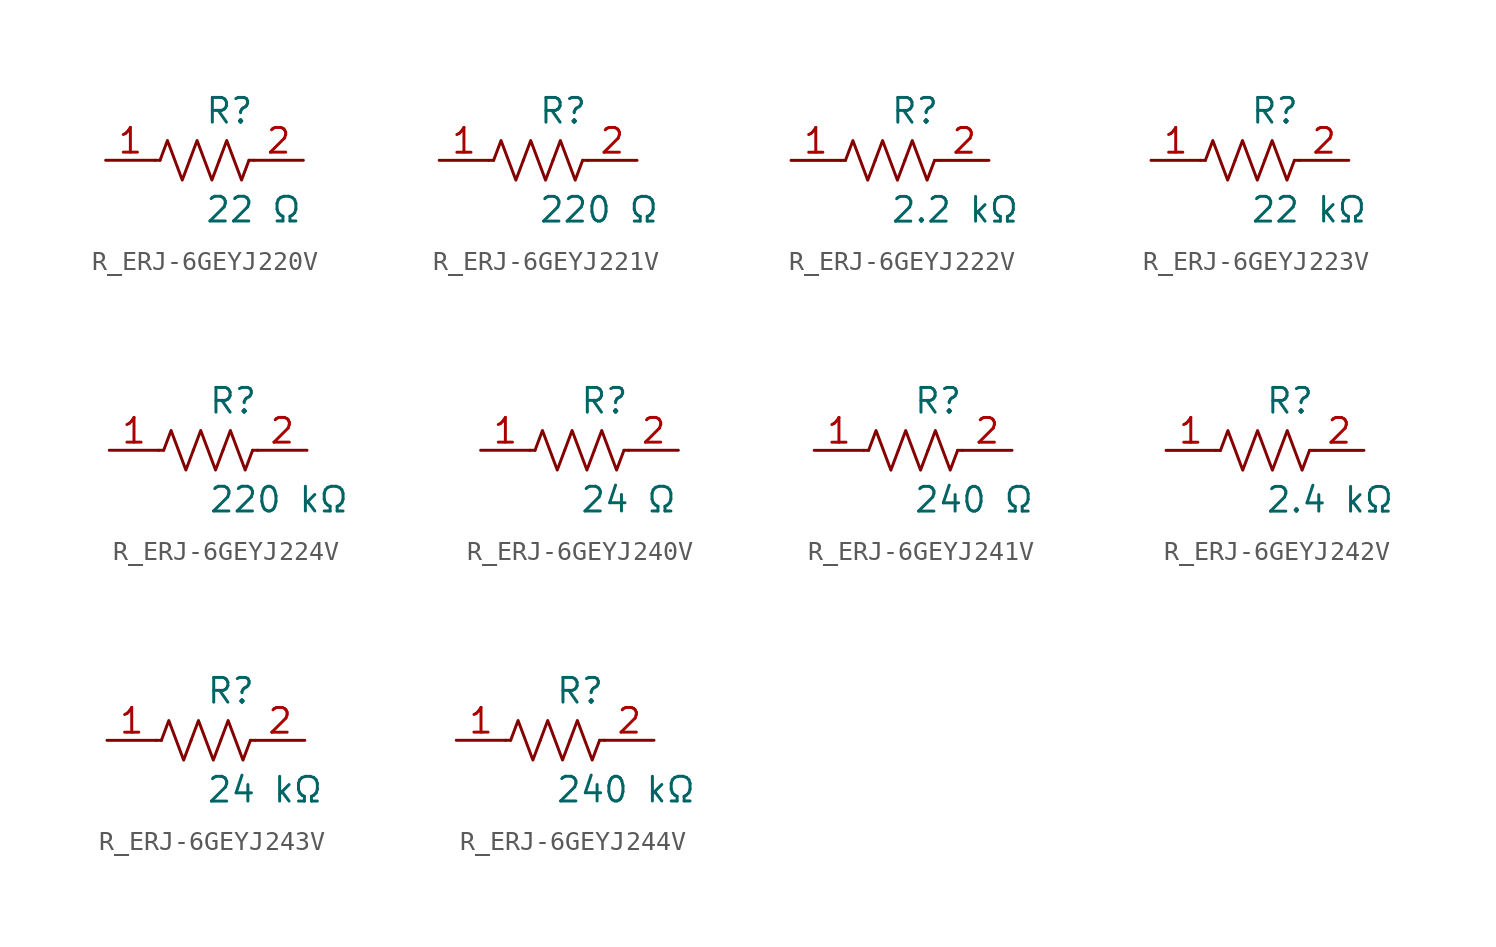
<source format=kicad_sym>
(kicad_symbol_lib
  (version 20231120)
  (generator kicad_symbol_editor)
  (generator_version 8.0)
  (symbol "R_ERJ-6GEYJ220V"
    (pin_names
      (offset 0.254))
    (property "Reference" "R"
      (at 0 2.54 0)
      (effects (font (size 1.27 1.27)) (justify left)))
    (property "Value" "22 Ω"
      (at 0 -2.54 0)
      (effects (font (size 1.27 1.27)) (justify left)))
    (symbol "R_ERJ-6GEYJ220V_0_1"
      (polyline (pts (xy 2.286 0) (xy 2.54 0)) (stroke (width 0) (type default)) (fill (type none)))
      (polyline (pts (xy -2.286 0) (xy -2.54 0)) (stroke (width 0) (type default)) (fill (type none)))
      (polyline (pts (xy 0.762 0) (xy 1.143 1.016) (xy 1.524 0) (xy 1.905 -1.016) (xy 2.286 0)) (stroke (width 0) (type default)) (fill (type none)))
      (polyline (pts (xy -0.762 0) (xy -0.381 1.016) (xy 0 0) (xy 0.381 -1.016) (xy 0.762 0)) (stroke (width 0) (type default)) (fill (type none)))
      (polyline (pts (xy -2.286 0) (xy -1.905 1.016) (xy -1.524 0) (xy -1.143 -1.016) (xy -0.762 0)) (stroke (width 0) (type default)) (fill (type none))))
    (pin passive line
      (at -5.08 0 0)
      (length 2.54)
      (name "" (effects (font (size 1.27 1.27))))
      (number "1" (effects (font (size 1.27 1.27)))))
    (pin passive line
      (at 5.08 0 180)
      (length 2.54)
      (name "" (effects (font (size 1.27 1.27))))
      (number "2" (effects (font (size 1.27 1.27))))))
  (symbol "R_ERJ-6GEYJ221V"
    (pin_names
      (offset 0.254))
    (property "Reference" "R"
      (at 0 2.54 0)
      (effects (font (size 1.27 1.27)) (justify left)))
    (property "Value" "220 Ω"
      (at 0 -2.54 0)
      (effects (font (size 1.27 1.27)) (justify left)))
    (symbol "R_ERJ-6GEYJ221V_0_1"
      (polyline (pts (xy 2.286 0) (xy 2.54 0)) (stroke (width 0) (type default)) (fill (type none)))
      (polyline (pts (xy -2.286 0) (xy -2.54 0)) (stroke (width 0) (type default)) (fill (type none)))
      (polyline (pts (xy 0.762 0) (xy 1.143 1.016) (xy 1.524 0) (xy 1.905 -1.016) (xy 2.286 0)) (stroke (width 0) (type default)) (fill (type none)))
      (polyline (pts (xy -0.762 0) (xy -0.381 1.016) (xy 0 0) (xy 0.381 -1.016) (xy 0.762 0)) (stroke (width 0) (type default)) (fill (type none)))
      (polyline (pts (xy -2.286 0) (xy -1.905 1.016) (xy -1.524 0) (xy -1.143 -1.016) (xy -0.762 0)) (stroke (width 0) (type default)) (fill (type none))))
    (pin passive line
      (at -5.08 0 0)
      (length 2.54)
      (name "" (effects (font (size 1.27 1.27))))
      (number "1" (effects (font (size 1.27 1.27)))))
    (pin passive line
      (at 5.08 0 180)
      (length 2.54)
      (name "" (effects (font (size 1.27 1.27))))
      (number "2" (effects (font (size 1.27 1.27))))))
  (symbol "R_ERJ-6GEYJ222V"
    (pin_names
      (offset 0.254))
    (property "Reference" "R"
      (at 0 2.54 0)
      (effects (font (size 1.27 1.27)) (justify left)))
    (property "Value" "2.2 kΩ"
      (at 0 -2.54 0)
      (effects (font (size 1.27 1.27)) (justify left)))
    (symbol "R_ERJ-6GEYJ222V_0_1"
      (polyline (pts (xy 2.286 0) (xy 2.54 0)) (stroke (width 0) (type default)) (fill (type none)))
      (polyline (pts (xy -2.286 0) (xy -2.54 0)) (stroke (width 0) (type default)) (fill (type none)))
      (polyline (pts (xy 0.762 0) (xy 1.143 1.016) (xy 1.524 0) (xy 1.905 -1.016) (xy 2.286 0)) (stroke (width 0) (type default)) (fill (type none)))
      (polyline (pts (xy -0.762 0) (xy -0.381 1.016) (xy 0 0) (xy 0.381 -1.016) (xy 0.762 0)) (stroke (width 0) (type default)) (fill (type none)))
      (polyline (pts (xy -2.286 0) (xy -1.905 1.016) (xy -1.524 0) (xy -1.143 -1.016) (xy -0.762 0)) (stroke (width 0) (type default)) (fill (type none))))
    (pin passive line
      (at -5.08 0 0)
      (length 2.54)
      (name "" (effects (font (size 1.27 1.27))))
      (number "1" (effects (font (size 1.27 1.27)))))
    (pin passive line
      (at 5.08 0 180)
      (length 2.54)
      (name "" (effects (font (size 1.27 1.27))))
      (number "2" (effects (font (size 1.27 1.27))))))
  (symbol "R_ERJ-6GEYJ223V"
    (pin_names
      (offset 0.254))
    (property "Reference" "R"
      (at 0 2.54 0)
      (effects (font (size 1.27 1.27)) (justify left)))
    (property "Value" "22 kΩ"
      (at 0 -2.54 0)
      (effects (font (size 1.27 1.27)) (justify left)))
    (symbol "R_ERJ-6GEYJ223V_0_1"
      (polyline (pts (xy 2.286 0) (xy 2.54 0)) (stroke (width 0) (type default)) (fill (type none)))
      (polyline (pts (xy -2.286 0) (xy -2.54 0)) (stroke (width 0) (type default)) (fill (type none)))
      (polyline (pts (xy 0.762 0) (xy 1.143 1.016) (xy 1.524 0) (xy 1.905 -1.016) (xy 2.286 0)) (stroke (width 0) (type default)) (fill (type none)))
      (polyline (pts (xy -0.762 0) (xy -0.381 1.016) (xy 0 0) (xy 0.381 -1.016) (xy 0.762 0)) (stroke (width 0) (type default)) (fill (type none)))
      (polyline (pts (xy -2.286 0) (xy -1.905 1.016) (xy -1.524 0) (xy -1.143 -1.016) (xy -0.762 0)) (stroke (width 0) (type default)) (fill (type none))))
    (pin passive line
      (at -5.08 0 0)
      (length 2.54)
      (name "" (effects (font (size 1.27 1.27))))
      (number "1" (effects (font (size 1.27 1.27)))))
    (pin passive line
      (at 5.08 0 180)
      (length 2.54)
      (name "" (effects (font (size 1.27 1.27))))
      (number "2" (effects (font (size 1.27 1.27))))))
  (symbol "R_ERJ-6GEYJ224V"
    (pin_names
      (offset 0.254))
    (property "Reference" "R"
      (at 0 2.54 0)
      (effects (font (size 1.27 1.27)) (justify left)))
    (property "Value" "220 kΩ"
      (at 0 -2.54 0)
      (effects (font (size 1.27 1.27)) (justify left)))
    (symbol "R_ERJ-6GEYJ224V_0_1"
      (polyline (pts (xy 2.286 0) (xy 2.54 0)) (stroke (width 0) (type default)) (fill (type none)))
      (polyline (pts (xy -2.286 0) (xy -2.54 0)) (stroke (width 0) (type default)) (fill (type none)))
      (polyline (pts (xy 0.762 0) (xy 1.143 1.016) (xy 1.524 0) (xy 1.905 -1.016) (xy 2.286 0)) (stroke (width 0) (type default)) (fill (type none)))
      (polyline (pts (xy -0.762 0) (xy -0.381 1.016) (xy 0 0) (xy 0.381 -1.016) (xy 0.762 0)) (stroke (width 0) (type default)) (fill (type none)))
      (polyline (pts (xy -2.286 0) (xy -1.905 1.016) (xy -1.524 0) (xy -1.143 -1.016) (xy -0.762 0)) (stroke (width 0) (type default)) (fill (type none))))
    (pin passive line
      (at -5.08 0 0)
      (length 2.54)
      (name "" (effects (font (size 1.27 1.27))))
      (number "1" (effects (font (size 1.27 1.27)))))
    (pin passive line
      (at 5.08 0 180)
      (length 2.54)
      (name "" (effects (font (size 1.27 1.27))))
      (number "2" (effects (font (size 1.27 1.27))))))
  (symbol "R_ERJ-6GEYJ240V"
    (pin_names
      (offset 0.254))
    (property "Reference" "R"
      (at 0 2.54 0)
      (effects (font (size 1.27 1.27)) (justify left)))
    (property "Value" "24 Ω"
      (at 0 -2.54 0)
      (effects (font (size 1.27 1.27)) (justify left)))
    (symbol "R_ERJ-6GEYJ240V_0_1"
      (polyline (pts (xy 2.286 0) (xy 2.54 0)) (stroke (width 0) (type default)) (fill (type none)))
      (polyline (pts (xy -2.286 0) (xy -2.54 0)) (stroke (width 0) (type default)) (fill (type none)))
      (polyline (pts (xy 0.762 0) (xy 1.143 1.016) (xy 1.524 0) (xy 1.905 -1.016) (xy 2.286 0)) (stroke (width 0) (type default)) (fill (type none)))
      (polyline (pts (xy -0.762 0) (xy -0.381 1.016) (xy 0 0) (xy 0.381 -1.016) (xy 0.762 0)) (stroke (width 0) (type default)) (fill (type none)))
      (polyline (pts (xy -2.286 0) (xy -1.905 1.016) (xy -1.524 0) (xy -1.143 -1.016) (xy -0.762 0)) (stroke (width 0) (type default)) (fill (type none))))
    (pin passive line
      (at -5.08 0 0)
      (length 2.54)
      (name "" (effects (font (size 1.27 1.27))))
      (number "1" (effects (font (size 1.27 1.27)))))
    (pin passive line
      (at 5.08 0 180)
      (length 2.54)
      (name "" (effects (font (size 1.27 1.27))))
      (number "2" (effects (font (size 1.27 1.27))))))
  (symbol "R_ERJ-6GEYJ241V"
    (pin_names
      (offset 0.254))
    (property "Reference" "R"
      (at 0 2.54 0)
      (effects (font (size 1.27 1.27)) (justify left)))
    (property "Value" "240 Ω"
      (at 0 -2.54 0)
      (effects (font (size 1.27 1.27)) (justify left)))
    (symbol "R_ERJ-6GEYJ241V_0_1"
      (polyline (pts (xy 2.286 0) (xy 2.54 0)) (stroke (width 0) (type default)) (fill (type none)))
      (polyline (pts (xy -2.286 0) (xy -2.54 0)) (stroke (width 0) (type default)) (fill (type none)))
      (polyline (pts (xy 0.762 0) (xy 1.143 1.016) (xy 1.524 0) (xy 1.905 -1.016) (xy 2.286 0)) (stroke (width 0) (type default)) (fill (type none)))
      (polyline (pts (xy -0.762 0) (xy -0.381 1.016) (xy 0 0) (xy 0.381 -1.016) (xy 0.762 0)) (stroke (width 0) (type default)) (fill (type none)))
      (polyline (pts (xy -2.286 0) (xy -1.905 1.016) (xy -1.524 0) (xy -1.143 -1.016) (xy -0.762 0)) (stroke (width 0) (type default)) (fill (type none))))
    (pin passive line
      (at -5.08 0 0)
      (length 2.54)
      (name "" (effects (font (size 1.27 1.27))))
      (number "1" (effects (font (size 1.27 1.27)))))
    (pin passive line
      (at 5.08 0 180)
      (length 2.54)
      (name "" (effects (font (size 1.27 1.27))))
      (number "2" (effects (font (size 1.27 1.27))))))
  (symbol "R_ERJ-6GEYJ242V"
    (pin_names
      (offset 0.254))
    (property "Reference" "R"
      (at 0 2.54 0)
      (effects (font (size 1.27 1.27)) (justify left)))
    (property "Value" "2.4 kΩ"
      (at 0 -2.54 0)
      (effects (font (size 1.27 1.27)) (justify left)))
    (symbol "R_ERJ-6GEYJ242V_0_1"
      (polyline (pts (xy 2.286 0) (xy 2.54 0)) (stroke (width 0) (type default)) (fill (type none)))
      (polyline (pts (xy -2.286 0) (xy -2.54 0)) (stroke (width 0) (type default)) (fill (type none)))
      (polyline (pts (xy 0.762 0) (xy 1.143 1.016) (xy 1.524 0) (xy 1.905 -1.016) (xy 2.286 0)) (stroke (width 0) (type default)) (fill (type none)))
      (polyline (pts (xy -0.762 0) (xy -0.381 1.016) (xy 0 0) (xy 0.381 -1.016) (xy 0.762 0)) (stroke (width 0) (type default)) (fill (type none)))
      (polyline (pts (xy -2.286 0) (xy -1.905 1.016) (xy -1.524 0) (xy -1.143 -1.016) (xy -0.762 0)) (stroke (width 0) (type default)) (fill (type none))))
    (pin passive line
      (at -5.08 0 0)
      (length 2.54)
      (name "" (effects (font (size 1.27 1.27))))
      (number "1" (effects (font (size 1.27 1.27)))))
    (pin passive line
      (at 5.08 0 180)
      (length 2.54)
      (name "" (effects (font (size 1.27 1.27))))
      (number "2" (effects (font (size 1.27 1.27))))))
  (symbol "R_ERJ-6GEYJ243V"
    (pin_names
      (offset 0.254))
    (property "Reference" "R"
      (at 0 2.54 0)
      (effects (font (size 1.27 1.27)) (justify left)))
    (property "Value" "24 kΩ"
      (at 0 -2.54 0)
      (effects (font (size 1.27 1.27)) (justify left)))
    (symbol "R_ERJ-6GEYJ243V_0_1"
      (polyline (pts (xy 2.286 0) (xy 2.54 0)) (stroke (width 0) (type default)) (fill (type none)))
      (polyline (pts (xy -2.286 0) (xy -2.54 0)) (stroke (width 0) (type default)) (fill (type none)))
      (polyline (pts (xy 0.762 0) (xy 1.143 1.016) (xy 1.524 0) (xy 1.905 -1.016) (xy 2.286 0)) (stroke (width 0) (type default)) (fill (type none)))
      (polyline (pts (xy -0.762 0) (xy -0.381 1.016) (xy 0 0) (xy 0.381 -1.016) (xy 0.762 0)) (stroke (width 0) (type default)) (fill (type none)))
      (polyline (pts (xy -2.286 0) (xy -1.905 1.016) (xy -1.524 0) (xy -1.143 -1.016) (xy -0.762 0)) (stroke (width 0) (type default)) (fill (type none))))
    (pin passive line
      (at -5.08 0 0)
      (length 2.54)
      (name "" (effects (font (size 1.27 1.27))))
      (number "1" (effects (font (size 1.27 1.27)))))
    (pin passive line
      (at 5.08 0 180)
      (length 2.54)
      (name "" (effects (font (size 1.27 1.27))))
      (number "2" (effects (font (size 1.27 1.27))))))
  (symbol "R_ERJ-6GEYJ244V"
    (pin_names
      (offset 0.254))
    (property "Reference" "R"
      (at 0 2.54 0)
      (effects (font (size 1.27 1.27)) (justify left)))
    (property "Value" "240 kΩ"
      (at 0 -2.54 0)
      (effects (font (size 1.27 1.27)) (justify left)))
    (symbol "R_ERJ-6GEYJ244V_0_1"
      (polyline (pts (xy 2.286 0) (xy 2.54 0)) (stroke (width 0) (type default)) (fill (type none)))
      (polyline (pts (xy -2.286 0) (xy -2.54 0)) (stroke (width 0) (type default)) (fill (type none)))
      (polyline (pts (xy 0.762 0) (xy 1.143 1.016) (xy 1.524 0) (xy 1.905 -1.016) (xy 2.286 0)) (stroke (width 0) (type default)) (fill (type none)))
      (polyline (pts (xy -0.762 0) (xy -0.381 1.016) (xy 0 0) (xy 0.381 -1.016) (xy 0.762 0)) (stroke (width 0) (type default)) (fill (type none)))
      (polyline (pts (xy -2.286 0) (xy -1.905 1.016) (xy -1.524 0) (xy -1.143 -1.016) (xy -0.762 0)) (stroke (width 0) (type default)) (fill (type none))))
    (pin passive line
      (at -5.08 0 0)
      (length 2.54)
      (name "" (effects (font (size 1.27 1.27))))
      (number "1" (effects (font (size 1.27 1.27)))))
    (pin passive line
      (at 5.08 0 180)
      (length 2.54)
      (name "" (effects (font (size 1.27 1.27))))
      (number "2" (effects (font (size 1.27 1.27)))))))
</source>
